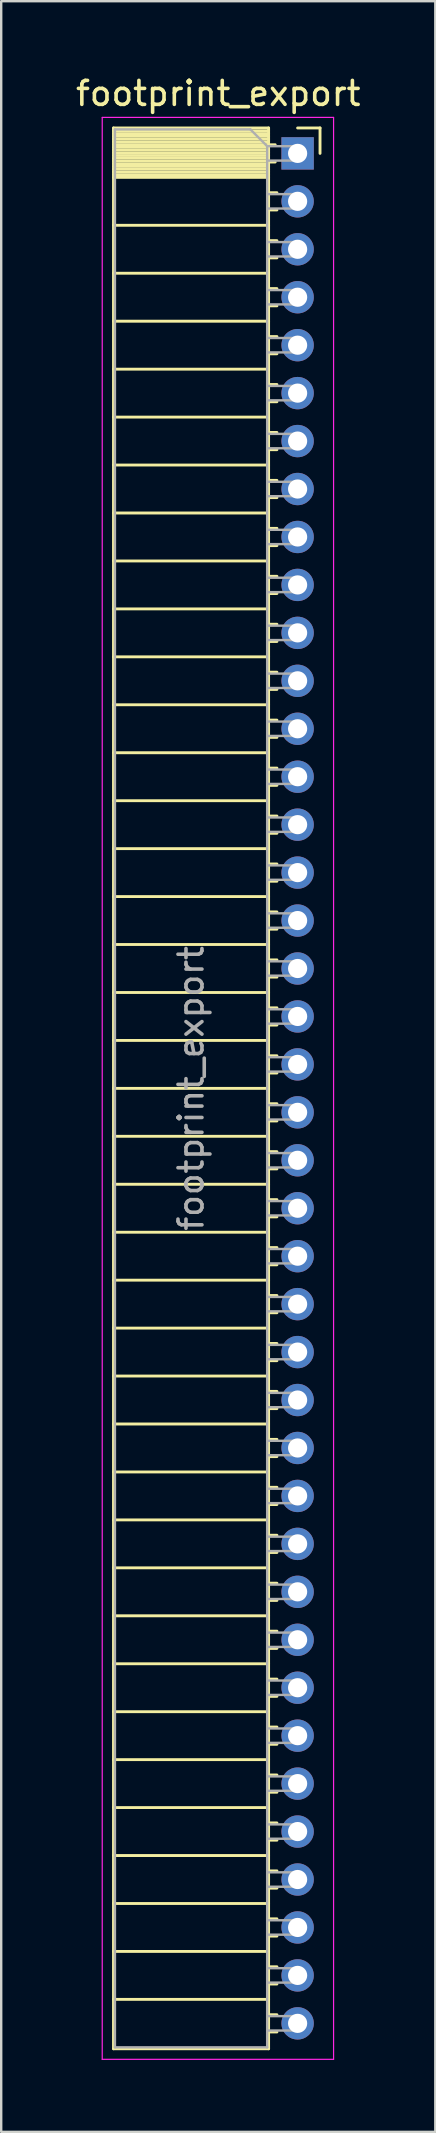
<source format=kicad_pcb>
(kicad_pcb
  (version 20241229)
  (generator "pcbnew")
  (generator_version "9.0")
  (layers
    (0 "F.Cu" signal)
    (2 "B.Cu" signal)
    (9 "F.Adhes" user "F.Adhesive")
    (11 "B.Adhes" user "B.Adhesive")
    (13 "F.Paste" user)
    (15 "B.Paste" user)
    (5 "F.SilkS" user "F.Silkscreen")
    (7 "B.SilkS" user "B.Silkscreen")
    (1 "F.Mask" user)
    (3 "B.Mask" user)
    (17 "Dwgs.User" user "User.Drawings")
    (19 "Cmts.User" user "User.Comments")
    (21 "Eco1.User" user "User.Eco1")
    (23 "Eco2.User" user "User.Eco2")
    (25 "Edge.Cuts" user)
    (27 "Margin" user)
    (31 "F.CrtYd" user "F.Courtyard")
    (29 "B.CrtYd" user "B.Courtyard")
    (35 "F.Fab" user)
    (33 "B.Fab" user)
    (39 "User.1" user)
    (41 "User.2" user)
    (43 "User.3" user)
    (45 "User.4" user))
  (footprint "footprint_export"
    (layer "F.Cu")
    (at 9.364 3.348)
    (property "Reference" "footprint_export" (at -3.31 -2.5 0) (layer "F.SilkS") (effects (font (size 1 1) (thickness 0.15))))
    (attr through_hole)
    (fp_line (start -7.68 -1.06) (end -7.68 79.06) (stroke (width 0.12) (type solid)) (layer "F.SilkS"))
    (fp_line (start -7.68 -1.06) (end -1.21 -1.06) (stroke (width 0.12) (type solid)) (layer "F.SilkS"))
    (fp_line (start -7.68 -0.94) (end -1.21 -0.94) (stroke (width 0.12) (type solid)) (layer "F.SilkS"))
    (fp_line (start -7.68 -0.826) (end -1.21 -0.826) (stroke (width 0.12) (type solid)) (layer "F.SilkS"))
    (fp_line (start -7.68 -0.712) (end -1.21 -0.712) (stroke (width 0.12) (type solid)) (layer "F.SilkS"))
    (fp_line (start -7.68 -0.598) (end -1.21 -0.598) (stroke (width 0.12) (type solid)) (layer "F.SilkS"))
    (fp_line (start -7.68 -0.484) (end -1.21 -0.484) (stroke (width 0.12) (type solid)) (layer "F.SilkS"))
    (fp_line (start -7.68 -0.369) (end -1.21 -0.369) (stroke (width 0.12) (type solid)) (layer "F.SilkS"))
    (fp_line (start -7.68 -0.255) (end -1.21 -0.255) (stroke (width 0.12) (type solid)) (layer "F.SilkS"))
    (fp_line (start -7.68 -0.141) (end -1.21 -0.141) (stroke (width 0.12) (type solid)) (layer "F.SilkS"))
    (fp_line (start -7.68 -0.027) (end -1.21 -0.027) (stroke (width 0.12) (type solid)) (layer "F.SilkS"))
    (fp_line (start -7.68 0.087) (end -1.21 0.087) (stroke (width 0.12) (type solid)) (layer "F.SilkS"))
    (fp_line (start -7.68 0.201) (end -1.21 0.201) (stroke (width 0.12) (type solid)) (layer "F.SilkS"))
    (fp_line (start -7.68 0.315) (end -1.21 0.315) (stroke (width 0.12) (type solid)) (layer "F.SilkS"))
    (fp_line (start -7.68 0.429) (end -1.21 0.429) (stroke (width 0.12) (type solid)) (layer "F.SilkS"))
    (fp_line (start -7.68 0.544) (end -1.21 0.544) (stroke (width 0.12) (type solid)) (layer "F.SilkS"))
    (fp_line (start -7.68 0.658) (end -1.21 0.658) (stroke (width 0.12) (type solid)) (layer "F.SilkS"))
    (fp_line (start -7.68 0.772) (end -1.21 0.772) (stroke (width 0.12) (type solid)) (layer "F.SilkS"))
    (fp_line (start -7.68 0.886) (end -1.21 0.886) (stroke (width 0.12) (type solid)) (layer "F.SilkS"))
    (fp_line (start -7.68 1) (end -1.21 1) (stroke (width 0.12) (type solid)) (layer "F.SilkS"))
    (fp_line (start -7.68 3) (end -1.21 3) (stroke (width 0.12) (type solid)) (layer "F.SilkS"))
    (fp_line (start -7.68 5) (end -1.21 5) (stroke (width 0.12) (type solid)) (layer "F.SilkS"))
    (fp_line (start -7.68 7) (end -1.21 7) (stroke (width 0.12) (type solid)) (layer "F.SilkS"))
    (fp_line (start -7.68 9) (end -1.21 9) (stroke (width 0.12) (type solid)) (layer "F.SilkS"))
    (fp_line (start -7.68 11) (end -1.21 11) (stroke (width 0.12) (type solid)) (layer "F.SilkS"))
    (fp_line (start -7.68 13) (end -1.21 13) (stroke (width 0.12) (type solid)) (layer "F.SilkS"))
    (fp_line (start -7.68 15) (end -1.21 15) (stroke (width 0.12) (type solid)) (layer "F.SilkS"))
    (fp_line (start -7.68 17) (end -1.21 17) (stroke (width 0.12) (type solid)) (layer "F.SilkS"))
    (fp_line (start -7.68 19) (end -1.21 19) (stroke (width 0.12) (type solid)) (layer "F.SilkS"))
    (fp_line (start -7.68 21) (end -1.21 21) (stroke (width 0.12) (type solid)) (layer "F.SilkS"))
    (fp_line (start -7.68 23) (end -1.21 23) (stroke (width 0.12) (type solid)) (layer "F.SilkS"))
    (fp_line (start -7.68 25) (end -1.21 25) (stroke (width 0.12) (type solid)) (layer "F.SilkS"))
    (fp_line (start -7.68 27) (end -1.21 27) (stroke (width 0.12) (type solid)) (layer "F.SilkS"))
    (fp_line (start -7.68 29) (end -1.21 29) (stroke (width 0.12) (type solid)) (layer "F.SilkS"))
    (fp_line (start -7.68 31) (end -1.21 31) (stroke (width 0.12) (type solid)) (layer "F.SilkS"))
    (fp_line (start -7.68 33) (end -1.21 33) (stroke (width 0.12) (type solid)) (layer "F.SilkS"))
    (fp_line (start -7.68 35) (end -1.21 35) (stroke (width 0.12) (type solid)) (layer "F.SilkS"))
    (fp_line (start -7.68 37) (end -1.21 37) (stroke (width 0.12) (type solid)) (layer "F.SilkS"))
    (fp_line (start -7.68 39) (end -1.21 39) (stroke (width 0.12) (type solid)) (layer "F.SilkS"))
    (fp_line (start -7.68 41) (end -1.21 41) (stroke (width 0.12) (type solid)) (layer "F.SilkS"))
    (fp_line (start -7.68 43) (end -1.21 43) (stroke (width 0.12) (type solid)) (layer "F.SilkS"))
    (fp_line (start -7.68 45) (end -1.21 45) (stroke (width 0.12) (type solid)) (layer "F.SilkS"))
    (fp_line (start -7.68 47) (end -1.21 47) (stroke (width 0.12) (type solid)) (layer "F.SilkS"))
    (fp_line (start -7.68 49) (end -1.21 49) (stroke (width 0.12) (type solid)) (layer "F.SilkS"))
    (fp_line (start -7.68 51) (end -1.21 51) (stroke (width 0.12) (type solid)) (layer "F.SilkS"))
    (fp_line (start -7.68 53) (end -1.21 53) (stroke (width 0.12) (type solid)) (layer "F.SilkS"))
    (fp_line (start -7.68 55) (end -1.21 55) (stroke (width 0.12) (type solid)) (layer "F.SilkS"))
    (fp_line (start -7.68 57) (end -1.21 57) (stroke (width 0.12) (type solid)) (layer "F.SilkS"))
    (fp_line (start -7.68 59) (end -1.21 59) (stroke (width 0.12) (type solid)) (layer "F.SilkS"))
    (fp_line (start -7.68 61) (end -1.21 61) (stroke (width 0.12) (type solid)) (layer "F.SilkS"))
    (fp_line (start -7.68 63) (end -1.21 63) (stroke (width 0.12) (type solid)) (layer "F.SilkS"))
    (fp_line (start -7.68 65) (end -1.21 65) (stroke (width 0.12) (type solid)) (layer "F.SilkS"))
    (fp_line (start -7.68 67) (end -1.21 67) (stroke (width 0.12) (type solid)) (layer "F.SilkS"))
    (fp_line (start -7.68 69) (end -1.21 69) (stroke (width 0.12) (type solid)) (layer "F.SilkS"))
    (fp_line (start -7.68 71) (end -1.21 71) (stroke (width 0.12) (type solid)) (layer "F.SilkS"))
    (fp_line (start -7.68 73) (end -1.21 73) (stroke (width 0.12) (type solid)) (layer "F.SilkS"))
    (fp_line (start -7.68 75) (end -1.21 75) (stroke (width 0.12) (type solid)) (layer "F.SilkS"))
    (fp_line (start -7.68 77) (end -1.21 77) (stroke (width 0.12) (type solid)) (layer "F.SilkS"))
    (fp_line (start -7.68 79.06) (end -1.21 79.06) (stroke (width 0.12) (type solid)) (layer "F.SilkS"))
    (fp_line (start -1.21 -1.06) (end -1.21 79.06) (stroke (width 0.12) (type solid)) (layer "F.SilkS"))
    (fp_line (start -1.21 -0.36) (end -0.935 -0.36) (stroke (width 0.12) (type solid)) (layer "F.SilkS"))
    (fp_line (start -1.21 0.36) (end -0.935 0.36) (stroke (width 0.12) (type solid)) (layer "F.SilkS"))
    (fp_line (start -1.21 1.64) (end -0.863 1.64) (stroke (width 0.12) (type solid)) (layer "F.SilkS"))
    (fp_line (start -1.21 2.36) (end -0.863 2.36) (stroke (width 0.12) (type solid)) (layer "F.SilkS"))
    (fp_line (start -1.21 3.64) (end -0.863 3.64) (stroke (width 0.12) (type solid)) (layer "F.SilkS"))
    (fp_line (start -1.21 4.36) (end -0.863 4.36) (stroke (width 0.12) (type solid)) (layer "F.SilkS"))
    (fp_line (start -1.21 5.64) (end -0.863 5.64) (stroke (width 0.12) (type solid)) (layer "F.SilkS"))
    (fp_line (start -1.21 6.36) (end -0.863 6.36) (stroke (width 0.12) (type solid)) (layer "F.SilkS"))
    (fp_line (start -1.21 7.64) (end -0.863 7.64) (stroke (width 0.12) (type solid)) (layer "F.SilkS"))
    (fp_line (start -1.21 8.36) (end -0.863 8.36) (stroke (width 0.12) (type solid)) (layer "F.SilkS"))
    (fp_line (start -1.21 9.64) (end -0.863 9.64) (stroke (width 0.12) (type solid)) (layer "F.SilkS"))
    (fp_line (start -1.21 10.36) (end -0.863 10.36) (stroke (width 0.12) (type solid)) (layer "F.SilkS"))
    (fp_line (start -1.21 11.64) (end -0.863 11.64) (stroke (width 0.12) (type solid)) (layer "F.SilkS"))
    (fp_line (start -1.21 12.36) (end -0.863 12.36) (stroke (width 0.12) (type solid)) (layer "F.SilkS"))
    (fp_line (start -1.21 13.64) (end -0.863 13.64) (stroke (width 0.12) (type solid)) (layer "F.SilkS"))
    (fp_line (start -1.21 14.36) (end -0.863 14.36) (stroke (width 0.12) (type solid)) (layer "F.SilkS"))
    (fp_line (start -1.21 15.64) (end -0.863 15.64) (stroke (width 0.12) (type solid)) (layer "F.SilkS"))
    (fp_line (start -1.21 16.36) (end -0.863 16.36) (stroke (width 0.12) (type solid)) (layer "F.SilkS"))
    (fp_line (start -1.21 17.64) (end -0.863 17.64) (stroke (width 0.12) (type solid)) (layer "F.SilkS"))
    (fp_line (start -1.21 18.36) (end -0.863 18.36) (stroke (width 0.12) (type solid)) (layer "F.SilkS"))
    (fp_line (start -1.21 19.64) (end -0.863 19.64) (stroke (width 0.12) (type solid)) (layer "F.SilkS"))
    (fp_line (start -1.21 20.36) (end -0.863 20.36) (stroke (width 0.12) (type solid)) (layer "F.SilkS"))
    (fp_line (start -1.21 21.64) (end -0.863 21.64) (stroke (width 0.12) (type solid)) (layer "F.SilkS"))
    (fp_line (start -1.21 22.36) (end -0.863 22.36) (stroke (width 0.12) (type solid)) (layer "F.SilkS"))
    (fp_line (start -1.21 23.64) (end -0.863 23.64) (stroke (width 0.12) (type solid)) (layer "F.SilkS"))
    (fp_line (start -1.21 24.36) (end -0.863 24.36) (stroke (width 0.12) (type solid)) (layer "F.SilkS"))
    (fp_line (start -1.21 25.64) (end -0.863 25.64) (stroke (width 0.12) (type solid)) (layer "F.SilkS"))
    (fp_line (start -1.21 26.36) (end -0.863 26.36) (stroke (width 0.12) (type solid)) (layer "F.SilkS"))
    (fp_line (start -1.21 27.64) (end -0.863 27.64) (stroke (width 0.12) (type solid)) (layer "F.SilkS"))
    (fp_line (start -1.21 28.36) (end -0.863 28.36) (stroke (width 0.12) (type solid)) (layer "F.SilkS"))
    (fp_line (start -1.21 29.64) (end -0.863 29.64) (stroke (width 0.12) (type solid)) (layer "F.SilkS"))
    (fp_line (start -1.21 30.36) (end -0.863 30.36) (stroke (width 0.12) (type solid)) (layer "F.SilkS"))
    (fp_line (start -1.21 31.64) (end -0.863 31.64) (stroke (width 0.12) (type solid)) (layer "F.SilkS"))
    (fp_line (start -1.21 32.36) (end -0.863 32.36) (stroke (width 0.12) (type solid)) (layer "F.SilkS"))
    (fp_line (start -1.21 33.64) (end -0.863 33.64) (stroke (width 0.12) (type solid)) (layer "F.SilkS"))
    (fp_line (start -1.21 34.36) (end -0.863 34.36) (stroke (width 0.12) (type solid)) (layer "F.SilkS"))
    (fp_line (start -1.21 35.64) (end -0.863 35.64) (stroke (width 0.12) (type solid)) (layer "F.SilkS"))
    (fp_line (start -1.21 36.36) (end -0.863 36.36) (stroke (width 0.12) (type solid)) (layer "F.SilkS"))
    (fp_line (start -1.21 37.64) (end -0.863 37.64) (stroke (width 0.12) (type solid)) (layer "F.SilkS"))
    (fp_line (start -1.21 38.36) (end -0.863 38.36) (stroke (width 0.12) (type solid)) (layer "F.SilkS"))
    (fp_line (start -1.21 39.64) (end -0.863 39.64) (stroke (width 0.12) (type solid)) (layer "F.SilkS"))
    (fp_line (start -1.21 40.36) (end -0.863 40.36) (stroke (width 0.12) (type solid)) (layer "F.SilkS"))
    (fp_line (start -1.21 41.64) (end -0.863 41.64) (stroke (width 0.12) (type solid)) (layer "F.SilkS"))
    (fp_line (start -1.21 42.36) (end -0.863 42.36) (stroke (width 0.12) (type solid)) (layer "F.SilkS"))
    (fp_line (start -1.21 43.64) (end -0.863 43.64) (stroke (width 0.12) (type solid)) (layer "F.SilkS"))
    (fp_line (start -1.21 44.36) (end -0.863 44.36) (stroke (width 0.12) (type solid)) (layer "F.SilkS"))
    (fp_line (start -1.21 45.64) (end -0.863 45.64) (stroke (width 0.12) (type solid)) (layer "F.SilkS"))
    (fp_line (start -1.21 46.36) (end -0.863 46.36) (stroke (width 0.12) (type solid)) (layer "F.SilkS"))
    (fp_line (start -1.21 47.64) (end -0.863 47.64) (stroke (width 0.12) (type solid)) (layer "F.SilkS"))
    (fp_line (start -1.21 48.36) (end -0.863 48.36) (stroke (width 0.12) (type solid)) (layer "F.SilkS"))
    (fp_line (start -1.21 49.64) (end -0.863 49.64) (stroke (width 0.12) (type solid)) (layer "F.SilkS"))
    (fp_line (start -1.21 50.36) (end -0.863 50.36) (stroke (width 0.12) (type solid)) (layer "F.SilkS"))
    (fp_line (start -1.21 51.64) (end -0.863 51.64) (stroke (width 0.12) (type solid)) (layer "F.SilkS"))
    (fp_line (start -1.21 52.36) (end -0.863 52.36) (stroke (width 0.12) (type solid)) (layer "F.SilkS"))
    (fp_line (start -1.21 53.64) (end -0.863 53.64) (stroke (width 0.12) (type solid)) (layer "F.SilkS"))
    (fp_line (start -1.21 54.36) (end -0.863 54.36) (stroke (width 0.12) (type solid)) (layer "F.SilkS"))
    (fp_line (start -1.21 55.64) (end -0.863 55.64) (stroke (width 0.12) (type solid)) (layer "F.SilkS"))
    (fp_line (start -1.21 56.36) (end -0.863 56.36) (stroke (width 0.12) (type solid)) (layer "F.SilkS"))
    (fp_line (start -1.21 57.64) (end -0.863 57.64) (stroke (width 0.12) (type solid)) (layer "F.SilkS"))
    (fp_line (start -1.21 58.36) (end -0.863 58.36) (stroke (width 0.12) (type solid)) (layer "F.SilkS"))
    (fp_line (start -1.21 59.64) (end -0.863 59.64) (stroke (width 0.12) (type solid)) (layer "F.SilkS"))
    (fp_line (start -1.21 60.36) (end -0.863 60.36) (stroke (width 0.12) (type solid)) (layer "F.SilkS"))
    (fp_line (start -1.21 61.64) (end -0.863 61.64) (stroke (width 0.12) (type solid)) (layer "F.SilkS"))
    (fp_line (start -1.21 62.36) (end -0.863 62.36) (stroke (width 0.12) (type solid)) (layer "F.SilkS"))
    (fp_line (start -1.21 63.64) (end -0.863 63.64) (stroke (width 0.12) (type solid)) (layer "F.SilkS"))
    (fp_line (start -1.21 64.36) (end -0.863 64.36) (stroke (width 0.12) (type solid)) (layer "F.SilkS"))
    (fp_line (start -1.21 65.64) (end -0.863 65.64) (stroke (width 0.12) (type solid)) (layer "F.SilkS"))
    (fp_line (start -1.21 66.36) (end -0.863 66.36) (stroke (width 0.12) (type solid)) (layer "F.SilkS"))
    (fp_line (start -1.21 67.64) (end -0.863 67.64) (stroke (width 0.12) (type solid)) (layer "F.SilkS"))
    (fp_line (start -1.21 68.36) (end -0.863 68.36) (stroke (width 0.12) (type solid)) (layer "F.SilkS"))
    (fp_line (start -1.21 69.64) (end -0.863 69.64) (stroke (width 0.12) (type solid)) (layer "F.SilkS"))
    (fp_line (start -1.21 70.36) (end -0.863 70.36) (stroke (width 0.12) (type solid)) (layer "F.SilkS"))
    (fp_line (start -1.21 71.64) (end -0.863 71.64) (stroke (width 0.12) (type solid)) (layer "F.SilkS"))
    (fp_line (start -1.21 72.36) (end -0.863 72.36) (stroke (width 0.12) (type solid)) (layer "F.SilkS"))
    (fp_line (start -1.21 73.64) (end -0.863 73.64) (stroke (width 0.12) (type solid)) (layer "F.SilkS"))
    (fp_line (start -1.21 74.36) (end -0.863 74.36) (stroke (width 0.12) (type solid)) (layer "F.SilkS"))
    (fp_line (start -1.21 75.64) (end -0.863 75.64) (stroke (width 0.12) (type solid)) (layer "F.SilkS"))
    (fp_line (start -1.21 76.36) (end -0.863 76.36) (stroke (width 0.12) (type solid)) (layer "F.SilkS"))
    (fp_line (start -1.21 77.64) (end -0.863 77.64) (stroke (width 0.12) (type solid)) (layer "F.SilkS"))
    (fp_line (start -1.21 78.36) (end -0.863 78.36) (stroke (width 0.12) (type solid)) (layer "F.SilkS"))
    (fp_line (start 0 -1.06) (end 0.935 -1.06) (stroke (width 0.12) (type solid)) (layer "F.SilkS"))
    (fp_line (start 0.935 -1.06) (end 0.935 0) (stroke (width 0.12) (type solid)) (layer "F.SilkS"))
    (fp_line (start -8.15 -1.5) (end -8.15 79.5) (stroke (width 0.05) (type solid)) (layer "F.CrtYd"))
    (fp_line (start -8.15 79.5) (end 1.5 79.5) (stroke (width 0.05) (type solid)) (layer "F.CrtYd"))
    (fp_line (start 1.5 -1.5) (end -8.15 -1.5) (stroke (width 0.05) (type solid)) (layer "F.CrtYd"))
    (fp_line (start 1.5 79.5) (end 1.5 -1.5) (stroke (width 0.05) (type solid)) (layer "F.CrtYd"))
    (fp_line (start -7.62 -1) (end -1.97 -1) (stroke (width 0.1) (type solid)) (layer "F.Fab"))
    (fp_line (start -7.62 79) (end -7.62 -1) (stroke (width 0.1) (type solid)) (layer "F.Fab"))
    (fp_line (start -1.97 -1) (end -1.27 -0.3) (stroke (width 0.1) (type solid)) (layer "F.Fab"))
    (fp_line (start -1.27 -0.3) (end -1.27 79) (stroke (width 0.1) (type solid)) (layer "F.Fab"))
    (fp_line (start -1.27 0.3) (end 0 0.3) (stroke (width 0.1) (type solid)) (layer "F.Fab"))
    (fp_line (start -1.27 2.3) (end 0 2.3) (stroke (width 0.1) (type solid)) (layer "F.Fab"))
    (fp_line (start -1.27 4.3) (end 0 4.3) (stroke (width 0.1) (type solid)) (layer "F.Fab"))
    (fp_line (start -1.27 6.3) (end 0 6.3) (stroke (width 0.1) (type solid)) (layer "F.Fab"))
    (fp_line (start -1.27 8.3) (end 0 8.3) (stroke (width 0.1) (type solid)) (layer "F.Fab"))
    (fp_line (start -1.27 10.3) (end 0 10.3) (stroke (width 0.1) (type solid)) (layer "F.Fab"))
    (fp_line (start -1.27 12.3) (end 0 12.3) (stroke (width 0.1) (type solid)) (layer "F.Fab"))
    (fp_line (start -1.27 14.3) (end 0 14.3) (stroke (width 0.1) (type solid)) (layer "F.Fab"))
    (fp_line (start -1.27 16.3) (end 0 16.3) (stroke (width 0.1) (type solid)) (layer "F.Fab"))
    (fp_line (start -1.27 18.3) (end 0 18.3) (stroke (width 0.1) (type solid)) (layer "F.Fab"))
    (fp_line (start -1.27 20.3) (end 0 20.3) (stroke (width 0.1) (type solid)) (layer "F.Fab"))
    (fp_line (start -1.27 22.3) (end 0 22.3) (stroke (width 0.1) (type solid)) (layer "F.Fab"))
    (fp_line (start -1.27 24.3) (end 0 24.3) (stroke (width 0.1) (type solid)) (layer "F.Fab"))
    (fp_line (start -1.27 26.3) (end 0 26.3) (stroke (width 0.1) (type solid)) (layer "F.Fab"))
    (fp_line (start -1.27 28.3) (end 0 28.3) (stroke (width 0.1) (type solid)) (layer "F.Fab"))
    (fp_line (start -1.27 30.3) (end 0 30.3) (stroke (width 0.1) (type solid)) (layer "F.Fab"))
    (fp_line (start -1.27 32.3) (end 0 32.3) (stroke (width 0.1) (type solid)) (layer "F.Fab"))
    (fp_line (start -1.27 34.3) (end 0 34.3) (stroke (width 0.1) (type solid)) (layer "F.Fab"))
    (fp_line (start -1.27 36.3) (end 0 36.3) (stroke (width 0.1) (type solid)) (layer "F.Fab"))
    (fp_line (start -1.27 38.3) (end 0 38.3) (stroke (width 0.1) (type solid)) (layer "F.Fab"))
    (fp_line (start -1.27 40.3) (end 0 40.3) (stroke (width 0.1) (type solid)) (layer "F.Fab"))
    (fp_line (start -1.27 42.3) (end 0 42.3) (stroke (width 0.1) (type solid)) (layer "F.Fab"))
    (fp_line (start -1.27 44.3) (end 0 44.3) (stroke (width 0.1) (type solid)) (layer "F.Fab"))
    (fp_line (start -1.27 46.3) (end 0 46.3) (stroke (width 0.1) (type solid)) (layer "F.Fab"))
    (fp_line (start -1.27 48.3) (end 0 48.3) (stroke (width 0.1) (type solid)) (layer "F.Fab"))
    (fp_line (start -1.27 50.3) (end 0 50.3) (stroke (width 0.1) (type solid)) (layer "F.Fab"))
    (fp_line (start -1.27 52.3) (end 0 52.3) (stroke (width 0.1) (type solid)) (layer "F.Fab"))
    (fp_line (start -1.27 54.3) (end 0 54.3) (stroke (width 0.1) (type solid)) (layer "F.Fab"))
    (fp_line (start -1.27 56.3) (end 0 56.3) (stroke (width 0.1) (type solid)) (layer "F.Fab"))
    (fp_line (start -1.27 58.3) (end 0 58.3) (stroke (width 0.1) (type solid)) (layer "F.Fab"))
    (fp_line (start -1.27 60.3) (end 0 60.3) (stroke (width 0.1) (type solid)) (layer "F.Fab"))
    (fp_line (start -1.27 62.3) (end 0 62.3) (stroke (width 0.1) (type solid)) (layer "F.Fab"))
    (fp_line (start -1.27 64.3) (end 0 64.3) (stroke (width 0.1) (type solid)) (layer "F.Fab"))
    (fp_line (start -1.27 66.3) (end 0 66.3) (stroke (width 0.1) (type solid)) (layer "F.Fab"))
    (fp_line (start -1.27 68.3) (end 0 68.3) (stroke (width 0.1) (type solid)) (layer "F.Fab"))
    (fp_line (start -1.27 70.3) (end 0 70.3) (stroke (width 0.1) (type solid)) (layer "F.Fab"))
    (fp_line (start -1.27 72.3) (end 0 72.3) (stroke (width 0.1) (type solid)) (layer "F.Fab"))
    (fp_line (start -1.27 74.3) (end 0 74.3) (stroke (width 0.1) (type solid)) (layer "F.Fab"))
    (fp_line (start -1.27 76.3) (end 0 76.3) (stroke (width 0.1) (type solid)) (layer "F.Fab"))
    (fp_line (start -1.27 78.3) (end 0 78.3) (stroke (width 0.1) (type solid)) (layer "F.Fab"))
    (fp_line (start -1.27 79) (end -7.62 79) (stroke (width 0.1) (type solid)) (layer "F.Fab"))
    (fp_line (start 0 -0.3) (end -1.27 -0.3) (stroke (width 0.1) (type solid)) (layer "F.Fab"))
    (fp_line (start 0 0.3) (end 0 -0.3) (stroke (width 0.1) (type solid)) (layer "F.Fab"))
    (fp_line (start 0 1.7) (end -1.27 1.7) (stroke (width 0.1) (type solid)) (layer "F.Fab"))
    (fp_line (start 0 2.3) (end 0 1.7) (stroke (width 0.1) (type solid)) (layer "F.Fab"))
    (fp_line (start 0 3.7) (end -1.27 3.7) (stroke (width 0.1) (type solid)) (layer "F.Fab"))
    (fp_line (start 0 4.3) (end 0 3.7) (stroke (width 0.1) (type solid)) (layer "F.Fab"))
    (fp_line (start 0 5.7) (end -1.27 5.7) (stroke (width 0.1) (type solid)) (layer "F.Fab"))
    (fp_line (start 0 6.3) (end 0 5.7) (stroke (width 0.1) (type solid)) (layer "F.Fab"))
    (fp_line (start 0 7.7) (end -1.27 7.7) (stroke (width 0.1) (type solid)) (layer "F.Fab"))
    (fp_line (start 0 8.3) (end 0 7.7) (stroke (width 0.1) (type solid)) (layer "F.Fab"))
    (fp_line (start 0 9.7) (end -1.27 9.7) (stroke (width 0.1) (type solid)) (layer "F.Fab"))
    (fp_line (start 0 10.3) (end 0 9.7) (stroke (width 0.1) (type solid)) (layer "F.Fab"))
    (fp_line (start 0 11.7) (end -1.27 11.7) (stroke (width 0.1) (type solid)) (layer "F.Fab"))
    (fp_line (start 0 12.3) (end 0 11.7) (stroke (width 0.1) (type solid)) (layer "F.Fab"))
    (fp_line (start 0 13.7) (end -1.27 13.7) (stroke (width 0.1) (type solid)) (layer "F.Fab"))
    (fp_line (start 0 14.3) (end 0 13.7) (stroke (width 0.1) (type solid)) (layer "F.Fab"))
    (fp_line (start 0 15.7) (end -1.27 15.7) (stroke (width 0.1) (type solid)) (layer "F.Fab"))
    (fp_line (start 0 16.3) (end 0 15.7) (stroke (width 0.1) (type solid)) (layer "F.Fab"))
    (fp_line (start 0 17.7) (end -1.27 17.7) (stroke (width 0.1) (type solid)) (layer "F.Fab"))
    (fp_line (start 0 18.3) (end 0 17.7) (stroke (width 0.1) (type solid)) (layer "F.Fab"))
    (fp_line (start 0 19.7) (end -1.27 19.7) (stroke (width 0.1) (type solid)) (layer "F.Fab"))
    (fp_line (start 0 20.3) (end 0 19.7) (stroke (width 0.1) (type solid)) (layer "F.Fab"))
    (fp_line (start 0 21.7) (end -1.27 21.7) (stroke (width 0.1) (type solid)) (layer "F.Fab"))
    (fp_line (start 0 22.3) (end 0 21.7) (stroke (width 0.1) (type solid)) (layer "F.Fab"))
    (fp_line (start 0 23.7) (end -1.27 23.7) (stroke (width 0.1) (type solid)) (layer "F.Fab"))
    (fp_line (start 0 24.3) (end 0 23.7) (stroke (width 0.1) (type solid)) (layer "F.Fab"))
    (fp_line (start 0 25.7) (end -1.27 25.7) (stroke (width 0.1) (type solid)) (layer "F.Fab"))
    (fp_line (start 0 26.3) (end 0 25.7) (stroke (width 0.1) (type solid)) (layer "F.Fab"))
    (fp_line (start 0 27.7) (end -1.27 27.7) (stroke (width 0.1) (type solid)) (layer "F.Fab"))
    (fp_line (start 0 28.3) (end 0 27.7) (stroke (width 0.1) (type solid)) (layer "F.Fab"))
    (fp_line (start 0 29.7) (end -1.27 29.7) (stroke (width 0.1) (type solid)) (layer "F.Fab"))
    (fp_line (start 0 30.3) (end 0 29.7) (stroke (width 0.1) (type solid)) (layer "F.Fab"))
    (fp_line (start 0 31.7) (end -1.27 31.7) (stroke (width 0.1) (type solid)) (layer "F.Fab"))
    (fp_line (start 0 32.3) (end 0 31.7) (stroke (width 0.1) (type solid)) (layer "F.Fab"))
    (fp_line (start 0 33.7) (end -1.27 33.7) (stroke (width 0.1) (type solid)) (layer "F.Fab"))
    (fp_line (start 0 34.3) (end 0 33.7) (stroke (width 0.1) (type solid)) (layer "F.Fab"))
    (fp_line (start 0 35.7) (end -1.27 35.7) (stroke (width 0.1) (type solid)) (layer "F.Fab"))
    (fp_line (start 0 36.3) (end 0 35.7) (stroke (width 0.1) (type solid)) (layer "F.Fab"))
    (fp_line (start 0 37.7) (end -1.27 37.7) (stroke (width 0.1) (type solid)) (layer "F.Fab"))
    (fp_line (start 0 38.3) (end 0 37.7) (stroke (width 0.1) (type solid)) (layer "F.Fab"))
    (fp_line (start 0 39.7) (end -1.27 39.7) (stroke (width 0.1) (type solid)) (layer "F.Fab"))
    (fp_line (start 0 40.3) (end 0 39.7) (stroke (width 0.1) (type solid)) (layer "F.Fab"))
    (fp_line (start 0 41.7) (end -1.27 41.7) (stroke (width 0.1) (type solid)) (layer "F.Fab"))
    (fp_line (start 0 42.3) (end 0 41.7) (stroke (width 0.1) (type solid)) (layer "F.Fab"))
    (fp_line (start 0 43.7) (end -1.27 43.7) (stroke (width 0.1) (type solid)) (layer "F.Fab"))
    (fp_line (start 0 44.3) (end 0 43.7) (stroke (width 0.1) (type solid)) (layer "F.Fab"))
    (fp_line (start 0 45.7) (end -1.27 45.7) (stroke (width 0.1) (type solid)) (layer "F.Fab"))
    (fp_line (start 0 46.3) (end 0 45.7) (stroke (width 0.1) (type solid)) (layer "F.Fab"))
    (fp_line (start 0 47.7) (end -1.27 47.7) (stroke (width 0.1) (type solid)) (layer "F.Fab"))
    (fp_line (start 0 48.3) (end 0 47.7) (stroke (width 0.1) (type solid)) (layer "F.Fab"))
    (fp_line (start 0 49.7) (end -1.27 49.7) (stroke (width 0.1) (type solid)) (layer "F.Fab"))
    (fp_line (start 0 50.3) (end 0 49.7) (stroke (width 0.1) (type solid)) (layer "F.Fab"))
    (fp_line (start 0 51.7) (end -1.27 51.7) (stroke (width 0.1) (type solid)) (layer "F.Fab"))
    (fp_line (start 0 52.3) (end 0 51.7) (stroke (width 0.1) (type solid)) (layer "F.Fab"))
    (fp_line (start 0 53.7) (end -1.27 53.7) (stroke (width 0.1) (type solid)) (layer "F.Fab"))
    (fp_line (start 0 54.3) (end 0 53.7) (stroke (width 0.1) (type solid)) (layer "F.Fab"))
    (fp_line (start 0 55.7) (end -1.27 55.7) (stroke (width 0.1) (type solid)) (layer "F.Fab"))
    (fp_line (start 0 56.3) (end 0 55.7) (stroke (width 0.1) (type solid)) (layer "F.Fab"))
    (fp_line (start 0 57.7) (end -1.27 57.7) (stroke (width 0.1) (type solid)) (layer "F.Fab"))
    (fp_line (start 0 58.3) (end 0 57.7) (stroke (width 0.1) (type solid)) (layer "F.Fab"))
    (fp_line (start 0 59.7) (end -1.27 59.7) (stroke (width 0.1) (type solid)) (layer "F.Fab"))
    (fp_line (start 0 60.3) (end 0 59.7) (stroke (width 0.1) (type solid)) (layer "F.Fab"))
    (fp_line (start 0 61.7) (end -1.27 61.7) (stroke (width 0.1) (type solid)) (layer "F.Fab"))
    (fp_line (start 0 62.3) (end 0 61.7) (stroke (width 0.1) (type solid)) (layer "F.Fab"))
    (fp_line (start 0 63.7) (end -1.27 63.7) (stroke (width 0.1) (type solid)) (layer "F.Fab"))
    (fp_line (start 0 64.3) (end 0 63.7) (stroke (width 0.1) (type solid)) (layer "F.Fab"))
    (fp_line (start 0 65.7) (end -1.27 65.7) (stroke (width 0.1) (type solid)) (layer "F.Fab"))
    (fp_line (start 0 66.3) (end 0 65.7) (stroke (width 0.1) (type solid)) (layer "F.Fab"))
    (fp_line (start 0 67.7) (end -1.27 67.7) (stroke (width 0.1) (type solid)) (layer "F.Fab"))
    (fp_line (start 0 68.3) (end 0 67.7) (stroke (width 0.1) (type solid)) (layer "F.Fab"))
    (fp_line (start 0 69.7) (end -1.27 69.7) (stroke (width 0.1) (type solid)) (layer "F.Fab"))
    (fp_line (start 0 70.3) (end 0 69.7) (stroke (width 0.1) (type solid)) (layer "F.Fab"))
    (fp_line (start 0 71.7) (end -1.27 71.7) (stroke (width 0.1) (type solid)) (layer "F.Fab"))
    (fp_line (start 0 72.3) (end 0 71.7) (stroke (width 0.1) (type solid)) (layer "F.Fab"))
    (fp_line (start 0 73.7) (end -1.27 73.7) (stroke (width 0.1) (type solid)) (layer "F.Fab"))
    (fp_line (start 0 74.3) (end 0 73.7) (stroke (width 0.1) (type solid)) (layer "F.Fab"))
    (fp_line (start 0 75.7) (end -1.27 75.7) (stroke (width 0.1) (type solid)) (layer "F.Fab"))
    (fp_line (start 0 76.3) (end 0 75.7) (stroke (width 0.1) (type solid)) (layer "F.Fab"))
    (fp_line (start 0 77.7) (end -1.27 77.7) (stroke (width 0.1) (type solid)) (layer "F.Fab"))
    (fp_line (start 0 78.3) (end 0 77.7) (stroke (width 0.1) (type solid)) (layer "F.Fab"))
    (fp_text user "${REFERENCE}" (at -4.445 39 90) (layer "F.Fab") (effects (font (size 1 1) (thickness 0.15))))
    (pad "1" thru_hole rect (at 0 0) (size 1.35 1.35) (drill 0.8) (layers "*.Cu" "*.Mask"))
    (pad "2" thru_hole oval (at 0 2) (size 1.35 1.35) (drill 0.8) (layers "*.Cu" "*.Mask"))
    (pad "3" thru_hole oval (at 0 4) (size 1.35 1.35) (drill 0.8) (layers "*.Cu" "*.Mask"))
    (pad "4" thru_hole oval (at 0 6) (size 1.35 1.35) (drill 0.8) (layers "*.Cu" "*.Mask"))
    (pad "5" thru_hole oval (at 0 8) (size 1.35 1.35) (drill 0.8) (layers "*.Cu" "*.Mask"))
    (pad "6" thru_hole oval (at 0 10) (size 1.35 1.35) (drill 0.8) (layers "*.Cu" "*.Mask"))
    (pad "7" thru_hole oval (at 0 12) (size 1.35 1.35) (drill 0.8) (layers "*.Cu" "*.Mask"))
    (pad "8" thru_hole oval (at 0 14) (size 1.35 1.35) (drill 0.8) (layers "*.Cu" "*.Mask"))
    (pad "9" thru_hole oval (at 0 16) (size 1.35 1.35) (drill 0.8) (layers "*.Cu" "*.Mask"))
    (pad "10" thru_hole oval (at 0 18) (size 1.35 1.35) (drill 0.8) (layers "*.Cu" "*.Mask"))
    (pad "11" thru_hole oval (at 0 20) (size 1.35 1.35) (drill 0.8) (layers "*.Cu" "*.Mask"))
    (pad "12" thru_hole oval (at 0 22) (size 1.35 1.35) (drill 0.8) (layers "*.Cu" "*.Mask"))
    (pad "13" thru_hole oval (at 0 24) (size 1.35 1.35) (drill 0.8) (layers "*.Cu" "*.Mask"))
    (pad "14" thru_hole oval (at 0 26) (size 1.35 1.35) (drill 0.8) (layers "*.Cu" "*.Mask"))
    (pad "15" thru_hole oval (at 0 28) (size 1.35 1.35) (drill 0.8) (layers "*.Cu" "*.Mask"))
    (pad "16" thru_hole oval (at 0 30) (size 1.35 1.35) (drill 0.8) (layers "*.Cu" "*.Mask"))
    (pad "17" thru_hole oval (at 0 32) (size 1.35 1.35) (drill 0.8) (layers "*.Cu" "*.Mask"))
    (pad "18" thru_hole oval (at 0 34) (size 1.35 1.35) (drill 0.8) (layers "*.Cu" "*.Mask"))
    (pad "19" thru_hole oval (at 0 36) (size 1.35 1.35) (drill 0.8) (layers "*.Cu" "*.Mask"))
    (pad "20" thru_hole oval (at 0 38) (size 1.35 1.35) (drill 0.8) (layers "*.Cu" "*.Mask"))
    (pad "21" thru_hole oval (at 0 40) (size 1.35 1.35) (drill 0.8) (layers "*.Cu" "*.Mask"))
    (pad "22" thru_hole oval (at 0 42) (size 1.35 1.35) (drill 0.8) (layers "*.Cu" "*.Mask"))
    (pad "23" thru_hole oval (at 0 44) (size 1.35 1.35) (drill 0.8) (layers "*.Cu" "*.Mask"))
    (pad "24" thru_hole oval (at 0 46) (size 1.35 1.35) (drill 0.8) (layers "*.Cu" "*.Mask"))
    (pad "25" thru_hole oval (at 0 48) (size 1.35 1.35) (drill 0.8) (layers "*.Cu" "*.Mask"))
    (pad "26" thru_hole oval (at 0 50) (size 1.35 1.35) (drill 0.8) (layers "*.Cu" "*.Mask"))
    (pad "27" thru_hole oval (at 0 52) (size 1.35 1.35) (drill 0.8) (layers "*.Cu" "*.Mask"))
    (pad "28" thru_hole oval (at 0 54) (size 1.35 1.35) (drill 0.8) (layers "*.Cu" "*.Mask"))
    (pad "29" thru_hole oval (at 0 56) (size 1.35 1.35) (drill 0.8) (layers "*.Cu" "*.Mask"))
    (pad "30" thru_hole oval (at 0 58) (size 1.35 1.35) (drill 0.8) (layers "*.Cu" "*.Mask"))
    (pad "31" thru_hole oval (at 0 60) (size 1.35 1.35) (drill 0.8) (layers "*.Cu" "*.Mask"))
    (pad "32" thru_hole oval (at 0 62) (size 1.35 1.35) (drill 0.8) (layers "*.Cu" "*.Mask"))
    (pad "33" thru_hole oval (at 0 64) (size 1.35 1.35) (drill 0.8) (layers "*.Cu" "*.Mask"))
    (pad "34" thru_hole oval (at 0 66) (size 1.35 1.35) (drill 0.8) (layers "*.Cu" "*.Mask"))
    (pad "35" thru_hole oval (at 0 68) (size 1.35 1.35) (drill 0.8) (layers "*.Cu" "*.Mask"))
    (pad "36" thru_hole oval (at 0 70) (size 1.35 1.35) (drill 0.8) (layers "*.Cu" "*.Mask"))
    (pad "37" thru_hole oval (at 0 72) (size 1.35 1.35) (drill 0.8) (layers "*.Cu" "*.Mask"))
    (pad "38" thru_hole oval (at 0 74) (size 1.35 1.35) (drill 0.8) (layers "*.Cu" "*.Mask"))
    (pad "39" thru_hole oval (at 0 76) (size 1.35 1.35) (drill 0.8) (layers "*.Cu" "*.Mask"))
    (pad "40" thru_hole oval (at 0 78) (size 1.35 1.35) (drill 0.8) (layers "*.Cu" "*.Mask")))
  (gr_rect
    (start -3 -3)
    (end 15.107 85.873)
    (stroke (width 0.1) (type default))
    (fill no)
    (layer "Edge.Cuts")))
</source>
